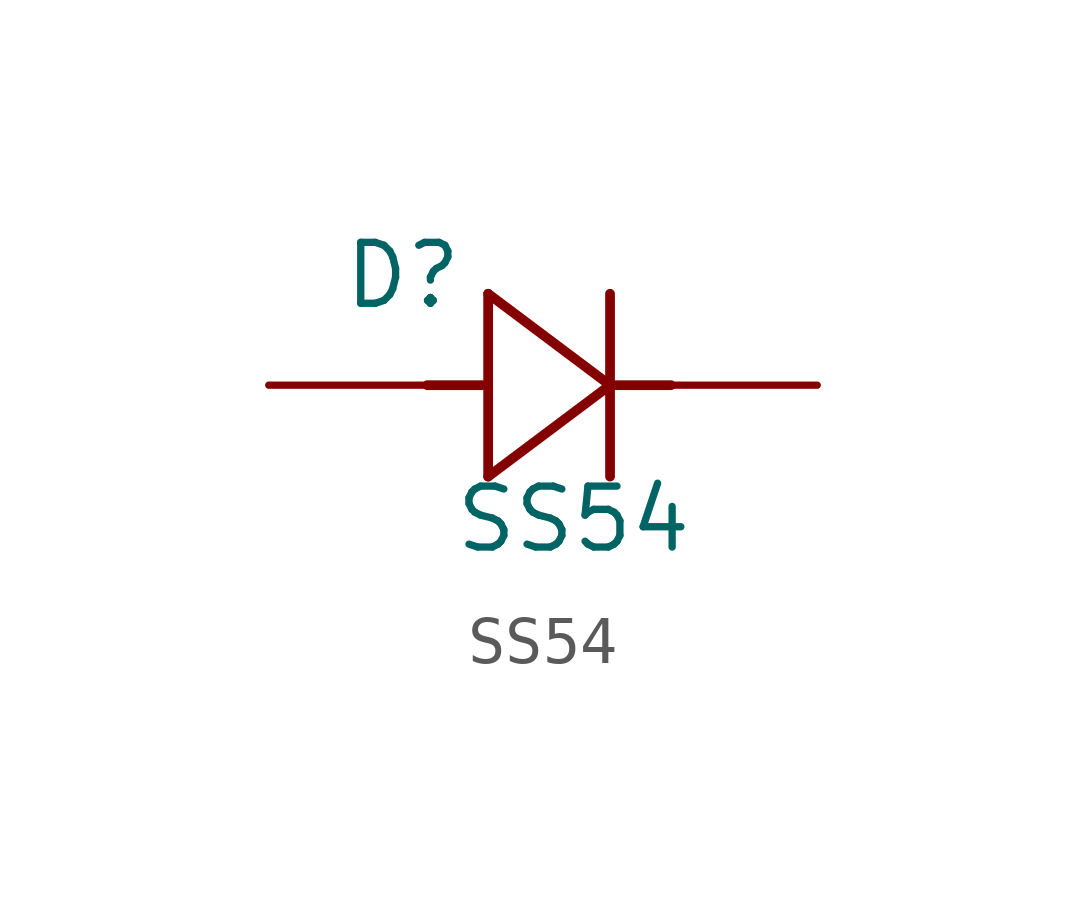
<source format=kicad_sym>
(kicad_symbol_lib
  (version 20231120)
  (generator "kicad_symbol_editor")
  (generator_version "8.0")
  (symbol "SS54"
    (pin_numbers hide)
    (pin_names hide)
    (property "Reference" "D"
      (at -1.016 2.286 0)
      (effects (font (size 1.27 1.27))))
    (property "Value" "SS54"
      (at 2.54 -2.794 0)
      (effects (font (size 1.27 1.27))))
    (symbol "SS54_0_1"
      (polyline (pts (xy -0.508 0) (xy 0.635 0)) (stroke (width 0.203) (type default)) (fill (type none)))
      (polyline (pts (xy 0.762 -1.905) (xy 3.302 0)) (stroke (width 0.203) (type default)) (fill (type none)))
      (polyline (pts (xy 0.762 1.905) (xy 0.762 -1.905)) (stroke (width 0.203) (type default)) (fill (type none)))
      (polyline (pts (xy 3.302 -1.905) (xy 3.302 1.905)) (stroke (width 0.203) (type default)) (fill (type none)))
      (polyline (pts (xy 3.302 0) (xy 0.762 1.905)) (stroke (width 0.203) (type default)) (fill (type none)))
      (polyline (pts (xy 3.302 0) (xy 4.572 0)) (stroke (width 0.203) (type default)) (fill (type none))))
    (symbol "SS54_1_1"
      (pin unspecified line (at -3.81 0 0) (length 3.81) (name "A" (effects (font (size 1.27 1.27)))) (number "1" (effects (font (size 1.27 1.27)))))
      (pin unspecified line (at 7.62 0 180) (length 3.81) (name "K" (effects (font (size 1.27 1.27)))) (number "2" (effects (font (size 1.27 1.27))))))))
</source>
